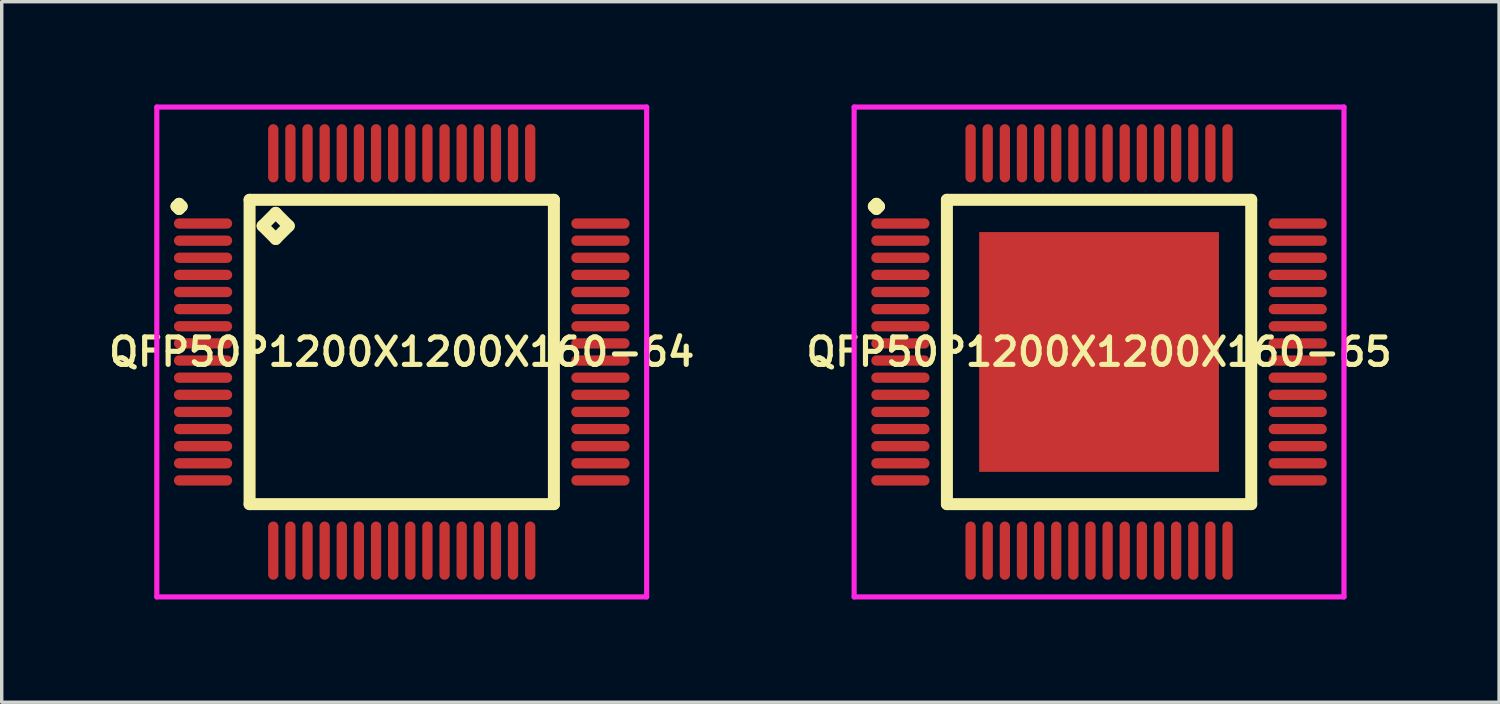
<source format=kicad_pcb>
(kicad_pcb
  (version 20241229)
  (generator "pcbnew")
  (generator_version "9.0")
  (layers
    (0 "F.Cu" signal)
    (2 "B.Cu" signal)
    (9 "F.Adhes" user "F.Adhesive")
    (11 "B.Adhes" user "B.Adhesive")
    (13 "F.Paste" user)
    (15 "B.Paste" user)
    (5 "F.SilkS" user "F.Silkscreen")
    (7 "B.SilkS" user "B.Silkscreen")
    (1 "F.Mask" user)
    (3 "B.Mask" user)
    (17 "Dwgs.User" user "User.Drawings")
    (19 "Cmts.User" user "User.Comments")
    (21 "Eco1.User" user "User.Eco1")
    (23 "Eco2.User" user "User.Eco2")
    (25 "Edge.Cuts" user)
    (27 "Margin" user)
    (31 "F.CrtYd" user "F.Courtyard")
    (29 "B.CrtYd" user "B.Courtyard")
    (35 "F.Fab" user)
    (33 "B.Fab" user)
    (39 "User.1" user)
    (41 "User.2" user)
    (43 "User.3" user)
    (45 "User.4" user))
  (footprint "QFP50P1200X1200X160-64"
    (layer "F.Cu")
    (at 8.678 7.225)
    (property "Reference" "QFP50P1200X1200X160-64" (at 0 0 0) (layer "F.SilkS") (effects (font (size 0.8 0.8) (thickness 0.15))))
    (attr smd)
    (fp_line (start -6.575 -4.25) (end -6.5 -4.325) (stroke (width 0.35) (type solid)) (layer "F.SilkS"))
    (fp_line (start -6.5 -4.325) (end -6.425 -4.25) (stroke (width 0.35) (type solid)) (layer "F.SilkS"))
    (fp_line (start -6.5 -4.175) (end -6.575 -4.25) (stroke (width 0.35) (type solid)) (layer "F.SilkS"))
    (fp_line (start -6.425 -4.25) (end -6.5 -4.175) (stroke (width 0.35) (type solid)) (layer "F.SilkS"))
    (fp_line (start -4.442 -4.442) (end -4.442 4.442) (stroke (width 0.35) (type solid)) (layer "F.SilkS"))
    (fp_line (start -4.442 4.442) (end 4.442 4.442) (stroke (width 0.35) (type solid)) (layer "F.SilkS"))
    (fp_line (start -4.061 -3.68) (end -3.68 -4.061) (stroke (width 0.35) (type solid)) (layer "F.SilkS"))
    (fp_line (start -3.68 -4.061) (end -3.299 -3.68) (stroke (width 0.35) (type solid)) (layer "F.SilkS"))
    (fp_line (start -3.68 -3.299) (end -4.061 -3.68) (stroke (width 0.35) (type solid)) (layer "F.SilkS"))
    (fp_line (start -3.299 -3.68) (end -3.68 -3.299) (stroke (width 0.35) (type solid)) (layer "F.SilkS"))
    (fp_line (start 4.442 -4.442) (end -4.442 -4.442) (stroke (width 0.35) (type solid)) (layer "F.SilkS"))
    (fp_line (start 4.442 4.442) (end 4.442 -4.442) (stroke (width 0.35) (type solid)) (layer "F.SilkS"))
    (fp_line (start -7.15 -7.15) (end 7.15 -7.15) (stroke (width 0.15) (type solid)) (layer "F.CrtYd"))
    (fp_line (start -7.15 7.15) (end -7.15 -7.15) (stroke (width 0.15) (type solid)) (layer "F.CrtYd"))
    (fp_line (start 7.15 -7.15) (end 7.15 7.15) (stroke (width 0.15) (type solid)) (layer "F.CrtYd"))
    (fp_line (start 7.15 7.15) (end -7.15 7.15) (stroke (width 0.15) (type solid)) (layer "F.CrtYd"))
    (pad "1" smd oval (at -5.8 -3.75) (size 1.7 0.3) (layers "F.Cu" "F.Mask" "F.Paste"))
    (pad "2" smd oval (at -5.8 -3.25) (size 1.7 0.3) (layers "F.Cu" "F.Mask" "F.Paste"))
    (pad "3" smd oval (at -5.8 -2.75) (size 1.7 0.3) (layers "F.Cu" "F.Mask" "F.Paste"))
    (pad "4" smd oval (at -5.8 -2.25) (size 1.7 0.3) (layers "F.Cu" "F.Mask" "F.Paste"))
    (pad "5" smd oval (at -5.8 -1.75) (size 1.7 0.3) (layers "F.Cu" "F.Mask" "F.Paste"))
    (pad "6" smd oval (at -5.8 -1.25) (size 1.7 0.3) (layers "F.Cu" "F.Mask" "F.Paste"))
    (pad "7" smd oval (at -5.8 -0.75) (size 1.7 0.3) (layers "F.Cu" "F.Mask" "F.Paste"))
    (pad "8" smd oval (at -5.8 -0.25) (size 1.7 0.3) (layers "F.Cu" "F.Mask" "F.Paste"))
    (pad "9" smd oval (at -5.8 0.25) (size 1.7 0.3) (layers "F.Cu" "F.Mask" "F.Paste"))
    (pad "10" smd oval (at -5.8 0.75) (size 1.7 0.3) (layers "F.Cu" "F.Mask" "F.Paste"))
    (pad "11" smd oval (at -5.8 1.25) (size 1.7 0.3) (layers "F.Cu" "F.Mask" "F.Paste"))
    (pad "12" smd oval (at -5.8 1.75) (size 1.7 0.3) (layers "F.Cu" "F.Mask" "F.Paste"))
    (pad "13" smd oval (at -5.8 2.25) (size 1.7 0.3) (layers "F.Cu" "F.Mask" "F.Paste"))
    (pad "14" smd oval (at -5.8 2.75) (size 1.7 0.3) (layers "F.Cu" "F.Mask" "F.Paste"))
    (pad "15" smd oval (at -5.8 3.25) (size 1.7 0.3) (layers "F.Cu" "F.Mask" "F.Paste"))
    (pad "16" smd oval (at -5.8 3.75) (size 1.7 0.3) (layers "F.Cu" "F.Mask" "F.Paste"))
    (pad "17" smd oval (at -3.75 5.8) (size 0.3 1.7) (layers "F.Cu" "F.Mask" "F.Paste"))
    (pad "18" smd oval (at -3.25 5.8) (size 0.3 1.7) (layers "F.Cu" "F.Mask" "F.Paste"))
    (pad "19" smd oval (at -2.75 5.8) (size 0.3 1.7) (layers "F.Cu" "F.Mask" "F.Paste"))
    (pad "20" smd oval (at -2.25 5.8) (size 0.3 1.7) (layers "F.Cu" "F.Mask" "F.Paste"))
    (pad "21" smd oval (at -1.75 5.8) (size 0.3 1.7) (layers "F.Cu" "F.Mask" "F.Paste"))
    (pad "22" smd oval (at -1.25 5.8) (size 0.3 1.7) (layers "F.Cu" "F.Mask" "F.Paste"))
    (pad "23" smd oval (at -0.75 5.8) (size 0.3 1.7) (layers "F.Cu" "F.Mask" "F.Paste"))
    (pad "24" smd oval (at -0.25 5.8) (size 0.3 1.7) (layers "F.Cu" "F.Mask" "F.Paste"))
    (pad "25" smd oval (at 0.25 5.8) (size 0.3 1.7) (layers "F.Cu" "F.Mask" "F.Paste"))
    (pad "26" smd oval (at 0.75 5.8) (size 0.3 1.7) (layers "F.Cu" "F.Mask" "F.Paste"))
    (pad "27" smd oval (at 1.25 5.8) (size 0.3 1.7) (layers "F.Cu" "F.Mask" "F.Paste"))
    (pad "28" smd oval (at 1.75 5.8) (size 0.3 1.7) (layers "F.Cu" "F.Mask" "F.Paste"))
    (pad "29" smd oval (at 2.25 5.8) (size 0.3 1.7) (layers "F.Cu" "F.Mask" "F.Paste"))
    (pad "30" smd oval (at 2.75 5.8) (size 0.3 1.7) (layers "F.Cu" "F.Mask" "F.Paste"))
    (pad "31" smd oval (at 3.25 5.8) (size 0.3 1.7) (layers "F.Cu" "F.Mask" "F.Paste"))
    (pad "32" smd oval (at 3.75 5.8) (size 0.3 1.7) (layers "F.Cu" "F.Mask" "F.Paste"))
    (pad "33" smd oval (at 5.8 3.75) (size 1.7 0.3) (layers "F.Cu" "F.Mask" "F.Paste"))
    (pad "34" smd oval (at 5.8 3.25) (size 1.7 0.3) (layers "F.Cu" "F.Mask" "F.Paste"))
    (pad "35" smd oval (at 5.8 2.75) (size 1.7 0.3) (layers "F.Cu" "F.Mask" "F.Paste"))
    (pad "36" smd oval (at 5.8 2.25) (size 1.7 0.3) (layers "F.Cu" "F.Mask" "F.Paste"))
    (pad "37" smd oval (at 5.8 1.75) (size 1.7 0.3) (layers "F.Cu" "F.Mask" "F.Paste"))
    (pad "38" smd oval (at 5.8 1.25) (size 1.7 0.3) (layers "F.Cu" "F.Mask" "F.Paste"))
    (pad "39" smd oval (at 5.8 0.75) (size 1.7 0.3) (layers "F.Cu" "F.Mask" "F.Paste"))
    (pad "40" smd oval (at 5.8 0.25) (size 1.7 0.3) (layers "F.Cu" "F.Mask" "F.Paste"))
    (pad "41" smd oval (at 5.8 -0.25) (size 1.7 0.3) (layers "F.Cu" "F.Mask" "F.Paste"))
    (pad "42" smd oval (at 5.8 -0.75) (size 1.7 0.3) (layers "F.Cu" "F.Mask" "F.Paste"))
    (pad "43" smd oval (at 5.8 -1.25) (size 1.7 0.3) (layers "F.Cu" "F.Mask" "F.Paste"))
    (pad "44" smd oval (at 5.8 -1.75) (size 1.7 0.3) (layers "F.Cu" "F.Mask" "F.Paste"))
    (pad "45" smd oval (at 5.8 -2.25) (size 1.7 0.3) (layers "F.Cu" "F.Mask" "F.Paste"))
    (pad "46" smd oval (at 5.8 -2.75) (size 1.7 0.3) (layers "F.Cu" "F.Mask" "F.Paste"))
    (pad "47" smd oval (at 5.8 -3.25) (size 1.7 0.3) (layers "F.Cu" "F.Mask" "F.Paste"))
    (pad "48" smd oval (at 5.8 -3.75) (size 1.7 0.3) (layers "F.Cu" "F.Mask" "F.Paste"))
    (pad "49" smd oval (at 3.75 -5.8) (size 0.3 1.7) (layers "F.Cu" "F.Mask" "F.Paste"))
    (pad "50" smd oval (at 3.25 -5.8) (size 0.3 1.7) (layers "F.Cu" "F.Mask" "F.Paste"))
    (pad "51" smd oval (at 2.75 -5.8) (size 0.3 1.7) (layers "F.Cu" "F.Mask" "F.Paste"))
    (pad "52" smd oval (at 2.25 -5.8) (size 0.3 1.7) (layers "F.Cu" "F.Mask" "F.Paste"))
    (pad "53" smd oval (at 1.75 -5.8) (size 0.3 1.7) (layers "F.Cu" "F.Mask" "F.Paste"))
    (pad "54" smd oval (at 1.25 -5.8) (size 0.3 1.7) (layers "F.Cu" "F.Mask" "F.Paste"))
    (pad "55" smd oval (at 0.75 -5.8) (size 0.3 1.7) (layers "F.Cu" "F.Mask" "F.Paste"))
    (pad "56" smd oval (at 0.25 -5.8) (size 0.3 1.7) (layers "F.Cu" "F.Mask" "F.Paste"))
    (pad "57" smd oval (at -0.25 -5.8) (size 0.3 1.7) (layers "F.Cu" "F.Mask" "F.Paste"))
    (pad "58" smd oval (at -0.75 -5.8) (size 0.3 1.7) (layers "F.Cu" "F.Mask" "F.Paste"))
    (pad "59" smd oval (at -1.25 -5.8) (size 0.3 1.7) (layers "F.Cu" "F.Mask" "F.Paste"))
    (pad "60" smd oval (at -1.75 -5.8) (size 0.3 1.7) (layers "F.Cu" "F.Mask" "F.Paste"))
    (pad "61" smd oval (at -2.25 -5.8) (size 0.3 1.7) (layers "F.Cu" "F.Mask" "F.Paste"))
    (pad "62" smd oval (at -2.75 -5.8) (size 0.3 1.7) (layers "F.Cu" "F.Mask" "F.Paste"))
    (pad "63" smd oval (at -3.25 -5.8) (size 0.3 1.7) (layers "F.Cu" "F.Mask" "F.Paste"))
    (pad "64" smd oval (at -3.75 -5.8) (size 0.3 1.7) (layers "F.Cu" "F.Mask" "F.Paste")))
  (footprint "QFP50P1200X1200X160-65"
    (layer "F.Cu")
    (at 29.035 7.225)
    (property "Reference" "QFP50P1200X1200X160-65" (at 0 0 0) (layer "F.SilkS") (effects (font (size 0.8 0.8) (thickness 0.15))))
    (attr smd)
    (fp_line (start -6.575 -4.25) (end -6.5 -4.325) (stroke (width 0.35) (type solid)) (layer "F.SilkS"))
    (fp_line (start -6.5 -4.325) (end -6.425 -4.25) (stroke (width 0.35) (type solid)) (layer "F.SilkS"))
    (fp_line (start -6.5 -4.175) (end -6.575 -4.25) (stroke (width 0.35) (type solid)) (layer "F.SilkS"))
    (fp_line (start -6.425 -4.25) (end -6.5 -4.175) (stroke (width 0.35) (type solid)) (layer "F.SilkS"))
    (fp_line (start -4.442 -4.442) (end -4.442 4.442) (stroke (width 0.35) (type solid)) (layer "F.SilkS"))
    (fp_line (start -4.442 4.442) (end 4.442 4.442) (stroke (width 0.35) (type solid)) (layer "F.SilkS"))
    (fp_line (start 4.442 -4.442) (end -4.442 -4.442) (stroke (width 0.35) (type solid)) (layer "F.SilkS"))
    (fp_line (start 4.442 4.442) (end 4.442 -4.442) (stroke (width 0.35) (type solid)) (layer "F.SilkS"))
    (fp_line (start -7.15 -7.15) (end 7.15 -7.15) (stroke (width 0.15) (type solid)) (layer "F.CrtYd"))
    (fp_line (start -7.15 7.15) (end -7.15 -7.15) (stroke (width 0.15) (type solid)) (layer "F.CrtYd"))
    (fp_line (start 7.15 -7.15) (end 7.15 7.15) (stroke (width 0.15) (type solid)) (layer "F.CrtYd"))
    (fp_line (start 7.15 7.15) (end -7.15 7.15) (stroke (width 0.15) (type solid)) (layer "F.CrtYd"))
    (pad "1" smd oval (at -5.8 -3.75) (size 1.7 0.3) (layers "F.Cu" "F.Mask" "F.Paste"))
    (pad "2" smd oval (at -5.8 -3.25) (size 1.7 0.3) (layers "F.Cu" "F.Mask" "F.Paste"))
    (pad "3" smd oval (at -5.8 -2.75) (size 1.7 0.3) (layers "F.Cu" "F.Mask" "F.Paste"))
    (pad "4" smd oval (at -5.8 -2.25) (size 1.7 0.3) (layers "F.Cu" "F.Mask" "F.Paste"))
    (pad "5" smd oval (at -5.8 -1.75) (size 1.7 0.3) (layers "F.Cu" "F.Mask" "F.Paste"))
    (pad "6" smd oval (at -5.8 -1.25) (size 1.7 0.3) (layers "F.Cu" "F.Mask" "F.Paste"))
    (pad "7" smd oval (at -5.8 -0.75) (size 1.7 0.3) (layers "F.Cu" "F.Mask" "F.Paste"))
    (pad "8" smd oval (at -5.8 -0.25) (size 1.7 0.3) (layers "F.Cu" "F.Mask" "F.Paste"))
    (pad "9" smd oval (at -5.8 0.25) (size 1.7 0.3) (layers "F.Cu" "F.Mask" "F.Paste"))
    (pad "10" smd oval (at -5.8 0.75) (size 1.7 0.3) (layers "F.Cu" "F.Mask" "F.Paste"))
    (pad "11" smd oval (at -5.8 1.25) (size 1.7 0.3) (layers "F.Cu" "F.Mask" "F.Paste"))
    (pad "12" smd oval (at -5.8 1.75) (size 1.7 0.3) (layers "F.Cu" "F.Mask" "F.Paste"))
    (pad "13" smd oval (at -5.8 2.25) (size 1.7 0.3) (layers "F.Cu" "F.Mask" "F.Paste"))
    (pad "14" smd oval (at -5.8 2.75) (size 1.7 0.3) (layers "F.Cu" "F.Mask" "F.Paste"))
    (pad "15" smd oval (at -5.8 3.25) (size 1.7 0.3) (layers "F.Cu" "F.Mask" "F.Paste"))
    (pad "16" smd oval (at -5.8 3.75) (size 1.7 0.3) (layers "F.Cu" "F.Mask" "F.Paste"))
    (pad "17" smd oval (at -3.75 5.8) (size 0.3 1.7) (layers "F.Cu" "F.Mask" "F.Paste"))
    (pad "18" smd oval (at -3.25 5.8) (size 0.3 1.7) (layers "F.Cu" "F.Mask" "F.Paste"))
    (pad "19" smd oval (at -2.75 5.8) (size 0.3 1.7) (layers "F.Cu" "F.Mask" "F.Paste"))
    (pad "20" smd oval (at -2.25 5.8) (size 0.3 1.7) (layers "F.Cu" "F.Mask" "F.Paste"))
    (pad "21" smd oval (at -1.75 5.8) (size 0.3 1.7) (layers "F.Cu" "F.Mask" "F.Paste"))
    (pad "22" smd oval (at -1.25 5.8) (size 0.3 1.7) (layers "F.Cu" "F.Mask" "F.Paste"))
    (pad "23" smd oval (at -0.75 5.8) (size 0.3 1.7) (layers "F.Cu" "F.Mask" "F.Paste"))
    (pad "24" smd oval (at -0.25 5.8) (size 0.3 1.7) (layers "F.Cu" "F.Mask" "F.Paste"))
    (pad "25" smd oval (at 0.25 5.8) (size 0.3 1.7) (layers "F.Cu" "F.Mask" "F.Paste"))
    (pad "26" smd oval (at 0.75 5.8) (size 0.3 1.7) (layers "F.Cu" "F.Mask" "F.Paste"))
    (pad "27" smd oval (at 1.25 5.8) (size 0.3 1.7) (layers "F.Cu" "F.Mask" "F.Paste"))
    (pad "28" smd oval (at 1.75 5.8) (size 0.3 1.7) (layers "F.Cu" "F.Mask" "F.Paste"))
    (pad "29" smd oval (at 2.25 5.8) (size 0.3 1.7) (layers "F.Cu" "F.Mask" "F.Paste"))
    (pad "30" smd oval (at 2.75 5.8) (size 0.3 1.7) (layers "F.Cu" "F.Mask" "F.Paste"))
    (pad "31" smd oval (at 3.25 5.8) (size 0.3 1.7) (layers "F.Cu" "F.Mask" "F.Paste"))
    (pad "32" smd oval (at 3.75 5.8) (size 0.3 1.7) (layers "F.Cu" "F.Mask" "F.Paste"))
    (pad "33" smd oval (at 5.8 3.75) (size 1.7 0.3) (layers "F.Cu" "F.Mask" "F.Paste"))
    (pad "34" smd oval (at 5.8 3.25) (size 1.7 0.3) (layers "F.Cu" "F.Mask" "F.Paste"))
    (pad "35" smd oval (at 5.8 2.75) (size 1.7 0.3) (layers "F.Cu" "F.Mask" "F.Paste"))
    (pad "36" smd oval (at 5.8 2.25) (size 1.7 0.3) (layers "F.Cu" "F.Mask" "F.Paste"))
    (pad "37" smd oval (at 5.8 1.75) (size 1.7 0.3) (layers "F.Cu" "F.Mask" "F.Paste"))
    (pad "38" smd oval (at 5.8 1.25) (size 1.7 0.3) (layers "F.Cu" "F.Mask" "F.Paste"))
    (pad "39" smd oval (at 5.8 0.75) (size 1.7 0.3) (layers "F.Cu" "F.Mask" "F.Paste"))
    (pad "40" smd oval (at 5.8 0.25) (size 1.7 0.3) (layers "F.Cu" "F.Mask" "F.Paste"))
    (pad "41" smd oval (at 5.8 -0.25) (size 1.7 0.3) (layers "F.Cu" "F.Mask" "F.Paste"))
    (pad "42" smd oval (at 5.8 -0.75) (size 1.7 0.3) (layers "F.Cu" "F.Mask" "F.Paste"))
    (pad "43" smd oval (at 5.8 -1.25) (size 1.7 0.3) (layers "F.Cu" "F.Mask" "F.Paste"))
    (pad "44" smd oval (at 5.8 -1.75) (size 1.7 0.3) (layers "F.Cu" "F.Mask" "F.Paste"))
    (pad "45" smd oval (at 5.8 -2.25) (size 1.7 0.3) (layers "F.Cu" "F.Mask" "F.Paste"))
    (pad "46" smd oval (at 5.8 -2.75) (size 1.7 0.3) (layers "F.Cu" "F.Mask" "F.Paste"))
    (pad "47" smd oval (at 5.8 -3.25) (size 1.7 0.3) (layers "F.Cu" "F.Mask" "F.Paste"))
    (pad "48" smd oval (at 5.8 -3.75) (size 1.7 0.3) (layers "F.Cu" "F.Mask" "F.Paste"))
    (pad "49" smd oval (at 3.75 -5.8) (size 0.3 1.7) (layers "F.Cu" "F.Mask" "F.Paste"))
    (pad "50" smd oval (at 3.25 -5.8) (size 0.3 1.7) (layers "F.Cu" "F.Mask" "F.Paste"))
    (pad "51" smd oval (at 2.75 -5.8) (size 0.3 1.7) (layers "F.Cu" "F.Mask" "F.Paste"))
    (pad "52" smd oval (at 2.25 -5.8) (size 0.3 1.7) (layers "F.Cu" "F.Mask" "F.Paste"))
    (pad "53" smd oval (at 1.75 -5.8) (size 0.3 1.7) (layers "F.Cu" "F.Mask" "F.Paste"))
    (pad "54" smd oval (at 1.25 -5.8) (size 0.3 1.7) (layers "F.Cu" "F.Mask" "F.Paste"))
    (pad "55" smd oval (at 0.75 -5.8) (size 0.3 1.7) (layers "F.Cu" "F.Mask" "F.Paste"))
    (pad "56" smd oval (at 0.25 -5.8) (size 0.3 1.7) (layers "F.Cu" "F.Mask" "F.Paste"))
    (pad "57" smd oval (at -0.25 -5.8) (size 0.3 1.7) (layers "F.Cu" "F.Mask" "F.Paste"))
    (pad "58" smd oval (at -0.75 -5.8) (size 0.3 1.7) (layers "F.Cu" "F.Mask" "F.Paste"))
    (pad "59" smd oval (at -1.25 -5.8) (size 0.3 1.7) (layers "F.Cu" "F.Mask" "F.Paste"))
    (pad "60" smd oval (at -1.75 -5.8) (size 0.3 1.7) (layers "F.Cu" "F.Mask" "F.Paste"))
    (pad "61" smd oval (at -2.25 -5.8) (size 0.3 1.7) (layers "F.Cu" "F.Mask" "F.Paste"))
    (pad "62" smd oval (at -2.75 -5.8) (size 0.3 1.7) (layers "F.Cu" "F.Mask" "F.Paste"))
    (pad "63" smd oval (at -3.25 -5.8) (size 0.3 1.7) (layers "F.Cu" "F.Mask" "F.Paste"))
    (pad "64" smd oval (at -3.75 -5.8) (size 0.3 1.7) (layers "F.Cu" "F.Mask" "F.Paste"))
    (pad "65" smd rect (at 0 0) (size 7 7) (layers "F.Cu" "F.Mask" "F.Paste")))
  (gr_rect
    (start -3 -3)
    (end 40.713 17.45)
    (stroke (width 0.1) (type default))
    (fill no)
    (layer "Edge.Cuts")))
</source>
